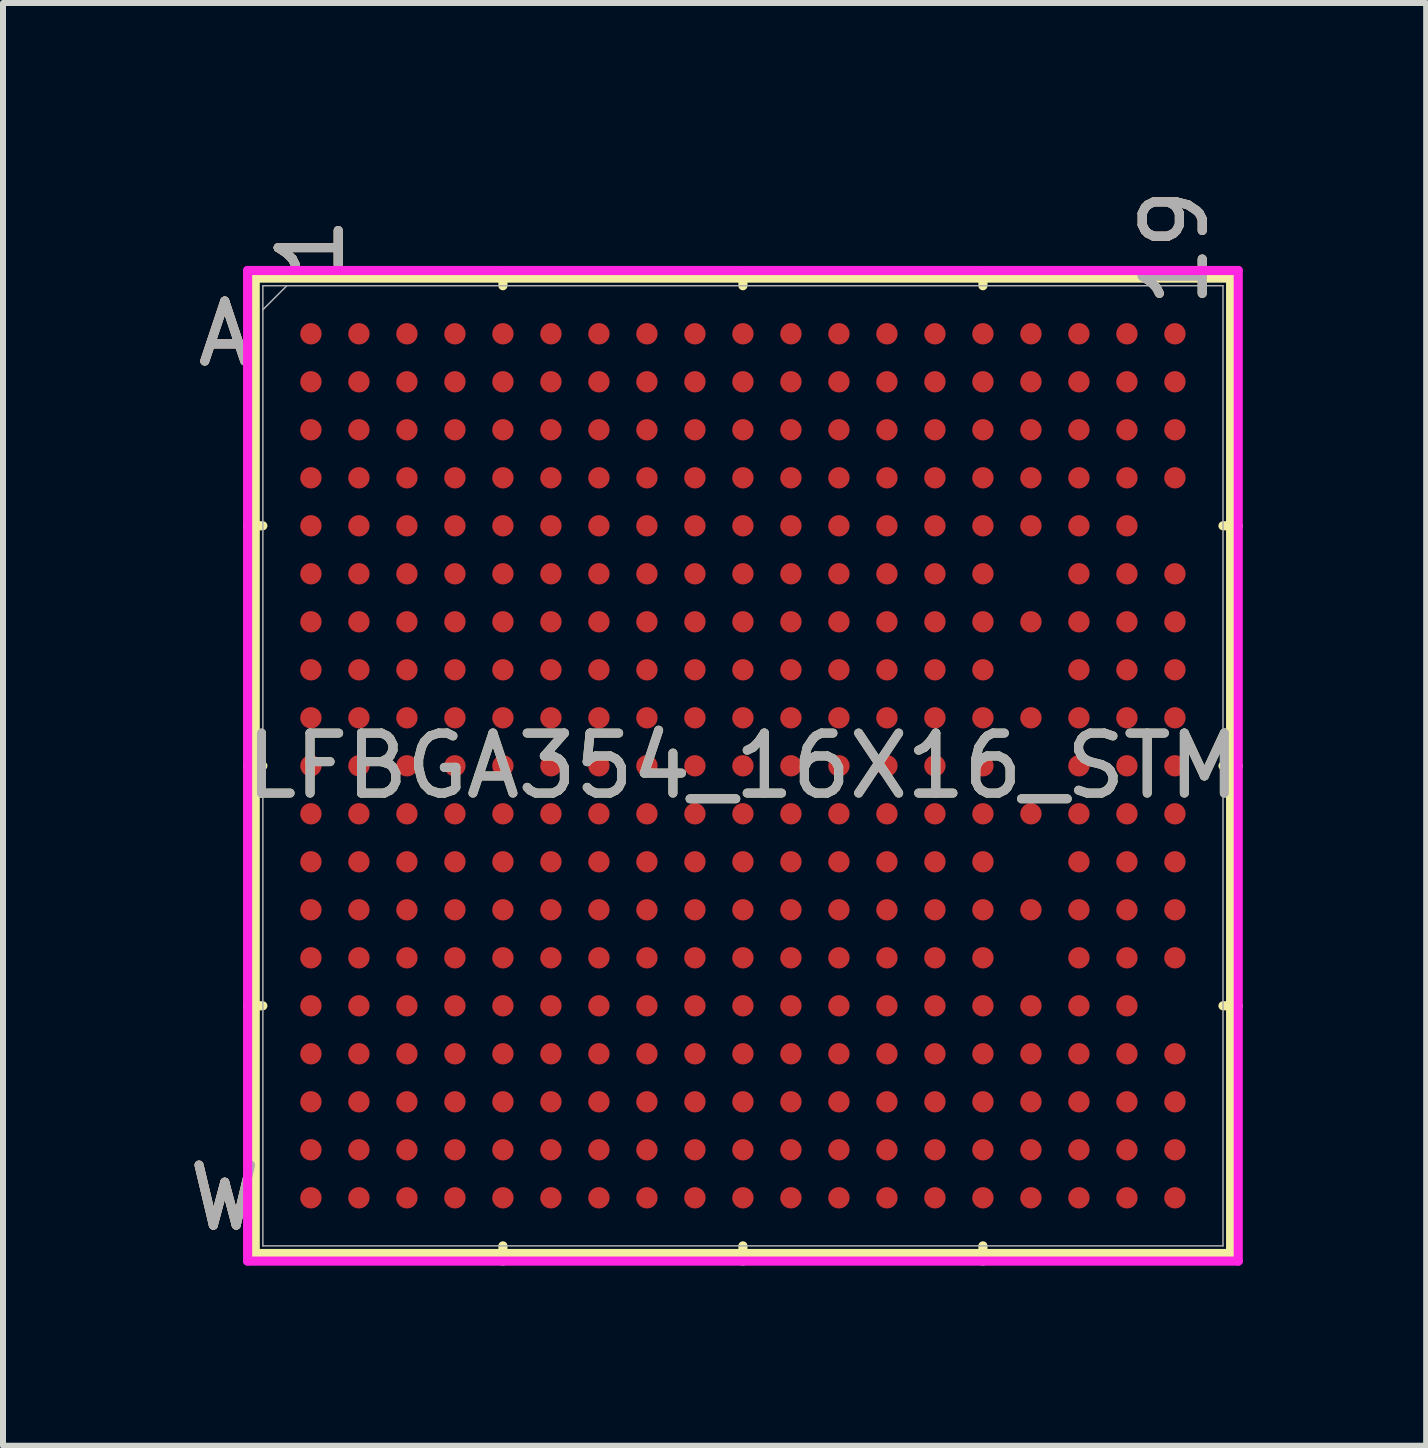
<source format=kicad_pcb>
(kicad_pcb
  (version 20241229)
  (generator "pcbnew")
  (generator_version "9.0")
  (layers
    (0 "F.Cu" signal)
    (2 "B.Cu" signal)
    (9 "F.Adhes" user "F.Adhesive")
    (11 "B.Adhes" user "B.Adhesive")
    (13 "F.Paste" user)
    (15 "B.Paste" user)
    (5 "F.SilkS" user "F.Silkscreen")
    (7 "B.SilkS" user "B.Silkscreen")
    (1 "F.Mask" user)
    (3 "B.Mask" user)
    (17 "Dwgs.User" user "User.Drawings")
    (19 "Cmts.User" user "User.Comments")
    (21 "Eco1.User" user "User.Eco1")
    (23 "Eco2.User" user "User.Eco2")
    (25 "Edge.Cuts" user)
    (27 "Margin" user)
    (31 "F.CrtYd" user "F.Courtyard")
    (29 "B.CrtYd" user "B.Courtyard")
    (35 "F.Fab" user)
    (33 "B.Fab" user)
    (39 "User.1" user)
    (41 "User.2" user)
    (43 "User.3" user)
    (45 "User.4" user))
  (footprint "LFBGA354_16X16_STM"
    (layer "F.Cu")
    (at 9.332 9.713)
    (property "Reference" "LFBGA354_16X16_STM" (at 0 0 0) (unlocked yes) (layer "F.SilkS") (effects (font (size 1 1) (thickness 0.15))))
    (attr smd)
    (fp_line (start -8.128 -8.128) (end -8.128 8.128) (stroke (width 0.152) (type solid)) (layer "F.SilkS"))
    (fp_line (start -8.128 8.128) (end 8.128 8.128) (stroke (width 0.152) (type solid)) (layer "F.SilkS"))
    (fp_line (start -8.001 -4) (end -8.255 -4) (stroke (width 0.152) (type solid)) (layer "F.SilkS"))
    (fp_line (start -8.001 0) (end -8.255 0) (stroke (width 0.152) (type solid)) (layer "F.SilkS"))
    (fp_line (start -8.001 4) (end -8.255 4) (stroke (width 0.152) (type solid)) (layer "F.SilkS"))
    (fp_line (start -4 -8.001) (end -4 -8.255) (stroke (width 0.152) (type solid)) (layer "F.SilkS"))
    (fp_line (start -4 8.001) (end -4 8.255) (stroke (width 0.152) (type solid)) (layer "F.SilkS"))
    (fp_line (start 0 -8.001) (end 0 -8.255) (stroke (width 0.152) (type solid)) (layer "F.SilkS"))
    (fp_line (start 0 8.001) (end 0 8.255) (stroke (width 0.152) (type solid)) (layer "F.SilkS"))
    (fp_line (start 4 -8.001) (end 4 -8.255) (stroke (width 0.152) (type solid)) (layer "F.SilkS"))
    (fp_line (start 4 8.001) (end 4 8.255) (stroke (width 0.152) (type solid)) (layer "F.SilkS"))
    (fp_line (start 8.001 -4) (end 8.255 -4) (stroke (width 0.152) (type solid)) (layer "F.SilkS"))
    (fp_line (start 8.001 0) (end 8.255 0) (stroke (width 0.152) (type solid)) (layer "F.SilkS"))
    (fp_line (start 8.001 4) (end 8.255 4) (stroke (width 0.152) (type solid)) (layer "F.SilkS"))
    (fp_line (start 8.128 -8.128) (end -8.128 -8.128) (stroke (width 0.152) (type solid)) (layer "F.SilkS"))
    (fp_line (start 8.128 8.128) (end 8.128 -8.128) (stroke (width 0.152) (type solid)) (layer "F.SilkS"))
    (fp_poly (pts (xy -8.044 -8.044) (xy 8.044 -8.044) (xy 8.044 8.044) (xy -8.044 8.044)) (stroke (width 0.1) (type solid)) (fill no) (layer "Eco2.User"))
    (fp_line (start -8.255 -8.255) (end 8.255 -8.255) (stroke (width 0.152) (type solid)) (layer "F.CrtYd"))
    (fp_line (start -8.255 8.255) (end -8.255 -8.255) (stroke (width 0.152) (type solid)) (layer "F.CrtYd"))
    (fp_line (start 8.255 -8.255) (end 8.255 8.255) (stroke (width 0.152) (type solid)) (layer "F.CrtYd"))
    (fp_line (start 8.255 8.255) (end -8.255 8.255) (stroke (width 0.152) (type solid)) (layer "F.CrtYd"))
    (fp_line (start -8.001 -8.001) (end -8.001 8.001) (stroke (width 0.025) (type solid)) (layer "F.Fab"))
    (fp_line (start -8.001 8.001) (end 8.001 8.001) (stroke (width 0.025) (type solid)) (layer "F.Fab"))
    (fp_line (start -7.601 -8.001) (end -8.001 -7.601) (stroke (width 0.025) (type solid)) (layer "F.Fab"))
    (fp_line (start 8.001 -8.001) (end -8.001 -8.001) (stroke (width 0.025) (type solid)) (layer "F.Fab"))
    (fp_line (start 8.001 8.001) (end 8.001 -8.001) (stroke (width 0.025) (type solid)) (layer "F.Fab"))
    (fp_text user "A" (at -8.636 -7.2 0) (unlocked yes) (layer "F.SilkS") (effects (font (size 1 1) (thickness 0.15))))
    (fp_text user "W" (at -8.636 7.2 0) (unlocked yes) (layer "F.SilkS") (effects (font (size 1 1) (thickness 0.15))))
    (fp_text user "1" (at -7.2 -8.636 90) (unlocked yes) (layer "F.SilkS") (effects (font (size 1 1) (thickness 0.15))))
    (fp_text user "19" (at 7.2 -8.636 90) (unlocked yes) (layer "F.SilkS") (effects (font (size 1 1) (thickness 0.15))))
    (fp_text user "A" (at -8.636 -7.2 0) (unlocked yes) (layer "B.SilkS") (effects (font (size 1 1) (thickness 0.15))))
    (fp_text user "1" (at -7.2 -8.636 90) (unlocked yes) (layer "B.SilkS") (effects (font (size 1 1) (thickness 0.15))))
    (fp_text user "19" (at 7.2 -8.636 90) (unlocked yes) (layer "B.SilkS") (effects (font (size 1 1) (thickness 0.15))))
    (fp_text user "W" (at -8.636 7.2 0) (unlocked yes) (layer "B.SilkS") (effects (font (size 1 1) (thickness 0.15))))
    (fp_text user "1" (at -7.2 -8.636 90) (unlocked yes) (layer "F.Fab") (effects (font (size 1 1) (thickness 0.15))))
    (fp_text user "19" (at 7.2 -8.636 90) (unlocked yes) (layer "F.Fab") (effects (font (size 1 1) (thickness 0.15))))
    (fp_text user "W" (at -8.636 7.2 0) (unlocked yes) (layer "F.Fab") (effects (font (size 1 1) (thickness 0.15))))
    (fp_text user "A" (at -8.636 -7.2 0) (unlocked yes) (layer "F.Fab") (effects (font (size 1 1) (thickness 0.15))))
    (fp_text user "${REFERENCE}" (at 0 0 0) (unlocked yes) (layer "F.Fab") (effects (font (size 1 1) (thickness 0.15))))
    (pad "A1" smd circle (at -7.2 -7.2) (size 0.356 0.356) (layers "F.Cu" "F.Mask" "F.Paste"))
    (pad "A2" smd circle (at -6.4 -7.2) (size 0.356 0.356) (layers "F.Cu" "F.Mask" "F.Paste"))
    (pad "A3" smd circle (at -5.6 -7.2) (size 0.356 0.356) (layers "F.Cu" "F.Mask" "F.Paste"))
    (pad "A4" smd circle (at -4.8 -7.2) (size 0.356 0.356) (layers "F.Cu" "F.Mask" "F.Paste"))
    (pad "A5" smd circle (at -4 -7.2) (size 0.356 0.356) (layers "F.Cu" "F.Mask" "F.Paste"))
    (pad "A6" smd circle (at -3.2 -7.2) (size 0.356 0.356) (layers "F.Cu" "F.Mask" "F.Paste"))
    (pad "A7" smd circle (at -2.4 -7.2) (size 0.356 0.356) (layers "F.Cu" "F.Mask" "F.Paste"))
    (pad "A8" smd circle (at -1.6 -7.2) (size 0.356 0.356) (layers "F.Cu" "F.Mask" "F.Paste"))
    (pad "A9" smd circle (at -0.8 -7.2) (size 0.356 0.356) (layers "F.Cu" "F.Mask" "F.Paste"))
    (pad "A10" smd circle (at 0 -7.2) (size 0.356 0.356) (layers "F.Cu" "F.Mask" "F.Paste"))
    (pad "A11" smd circle (at 0.8 -7.2) (size 0.356 0.356) (layers "F.Cu" "F.Mask" "F.Paste"))
    (pad "A12" smd circle (at 1.6 -7.2) (size 0.356 0.356) (layers "F.Cu" "F.Mask" "F.Paste"))
    (pad "A13" smd circle (at 2.4 -7.2) (size 0.356 0.356) (layers "F.Cu" "F.Mask" "F.Paste"))
    (pad "A14" smd circle (at 3.2 -7.2) (size 0.356 0.356) (layers "F.Cu" "F.Mask" "F.Paste"))
    (pad "A15" smd circle (at 4 -7.2) (size 0.356 0.356) (layers "F.Cu" "F.Mask" "F.Paste"))
    (pad "A16" smd circle (at 4.8 -7.2) (size 0.356 0.356) (layers "F.Cu" "F.Mask" "F.Paste"))
    (pad "A17" smd circle (at 5.6 -7.2) (size 0.356 0.356) (layers "F.Cu" "F.Mask" "F.Paste"))
    (pad "A18" smd circle (at 6.4 -7.2) (size 0.356 0.356) (layers "F.Cu" "F.Mask" "F.Paste"))
    (pad "A19" smd circle (at 7.2 -7.2) (size 0.356 0.356) (layers "F.Cu" "F.Mask" "F.Paste"))
    (pad "B1" smd circle (at -7.2 -6.4) (size 0.356 0.356) (layers "F.Cu" "F.Mask" "F.Paste"))
    (pad "B2" smd circle (at -6.4 -6.4) (size 0.356 0.356) (layers "F.Cu" "F.Mask" "F.Paste"))
    (pad "B3" smd circle (at -5.6 -6.4) (size 0.356 0.356) (layers "F.Cu" "F.Mask" "F.Paste"))
    (pad "B4" smd circle (at -4.8 -6.4) (size 0.356 0.356) (layers "F.Cu" "F.Mask" "F.Paste"))
    (pad "B5" smd circle (at -4 -6.4) (size 0.356 0.356) (layers "F.Cu" "F.Mask" "F.Paste"))
    (pad "B6" smd circle (at -3.2 -6.4) (size 0.356 0.356) (layers "F.Cu" "F.Mask" "F.Paste"))
    (pad "B7" smd circle (at -2.4 -6.4) (size 0.356 0.356) (layers "F.Cu" "F.Mask" "F.Paste"))
    (pad "B8" smd circle (at -1.6 -6.4) (size 0.356 0.356) (layers "F.Cu" "F.Mask" "F.Paste"))
    (pad "B9" smd circle (at -0.8 -6.4) (size 0.356 0.356) (layers "F.Cu" "F.Mask" "F.Paste"))
    (pad "B10" smd circle (at 0 -6.4) (size 0.356 0.356) (layers "F.Cu" "F.Mask" "F.Paste"))
    (pad "B11" smd circle (at 0.8 -6.4) (size 0.356 0.356) (layers "F.Cu" "F.Mask" "F.Paste"))
    (pad "B12" smd circle (at 1.6 -6.4) (size 0.356 0.356) (layers "F.Cu" "F.Mask" "F.Paste"))
    (pad "B13" smd circle (at 2.4 -6.4) (size 0.356 0.356) (layers "F.Cu" "F.Mask" "F.Paste"))
    (pad "B14" smd circle (at 3.2 -6.4) (size 0.356 0.356) (layers "F.Cu" "F.Mask" "F.Paste"))
    (pad "B15" smd circle (at 4 -6.4) (size 0.356 0.356) (layers "F.Cu" "F.Mask" "F.Paste"))
    (pad "B16" smd circle (at 4.8 -6.4) (size 0.356 0.356) (layers "F.Cu" "F.Mask" "F.Paste"))
    (pad "B17" smd circle (at 5.6 -6.4) (size 0.356 0.356) (layers "F.Cu" "F.Mask" "F.Paste"))
    (pad "B18" smd circle (at 6.4 -6.4) (size 0.356 0.356) (layers "F.Cu" "F.Mask" "F.Paste"))
    (pad "B19" smd circle (at 7.2 -6.4) (size 0.356 0.356) (layers "F.Cu" "F.Mask" "F.Paste"))
    (pad "C1" smd circle (at -7.2 -5.6) (size 0.356 0.356) (layers "F.Cu" "F.Mask" "F.Paste"))
    (pad "C2" smd circle (at -6.4 -5.6) (size 0.356 0.356) (layers "F.Cu" "F.Mask" "F.Paste"))
    (pad "C3" smd circle (at -5.6 -5.6) (size 0.356 0.356) (layers "F.Cu" "F.Mask" "F.Paste"))
    (pad "C4" smd circle (at -4.8 -5.6) (size 0.356 0.356) (layers "F.Cu" "F.Mask" "F.Paste"))
    (pad "C5" smd circle (at -4 -5.6) (size 0.356 0.356) (layers "F.Cu" "F.Mask" "F.Paste"))
    (pad "C6" smd circle (at -3.2 -5.6) (size 0.356 0.356) (layers "F.Cu" "F.Mask" "F.Paste"))
    (pad "C7" smd circle (at -2.4 -5.6) (size 0.356 0.356) (layers "F.Cu" "F.Mask" "F.Paste"))
    (pad "C8" smd circle (at -1.6 -5.6) (size 0.356 0.356) (layers "F.Cu" "F.Mask" "F.Paste"))
    (pad "C9" smd circle (at -0.8 -5.6) (size 0.356 0.356) (layers "F.Cu" "F.Mask" "F.Paste"))
    (pad "C10" smd circle (at 0 -5.6) (size 0.356 0.356) (layers "F.Cu" "F.Mask" "F.Paste"))
    (pad "C11" smd circle (at 0.8 -5.6) (size 0.356 0.356) (layers "F.Cu" "F.Mask" "F.Paste"))
    (pad "C12" smd circle (at 1.6 -5.6) (size 0.356 0.356) (layers "F.Cu" "F.Mask" "F.Paste"))
    (pad "C13" smd circle (at 2.4 -5.6) (size 0.356 0.356) (layers "F.Cu" "F.Mask" "F.Paste"))
    (pad "C14" smd circle (at 3.2 -5.6) (size 0.356 0.356) (layers "F.Cu" "F.Mask" "F.Paste"))
    (pad "C15" smd circle (at 4 -5.6) (size 0.356 0.356) (layers "F.Cu" "F.Mask" "F.Paste"))
    (pad "C16" smd circle (at 4.8 -5.6) (size 0.356 0.356) (layers "F.Cu" "F.Mask" "F.Paste"))
    (pad "C17" smd circle (at 5.6 -5.6) (size 0.356 0.356) (layers "F.Cu" "F.Mask" "F.Paste"))
    (pad "C18" smd circle (at 6.4 -5.6) (size 0.356 0.356) (layers "F.Cu" "F.Mask" "F.Paste"))
    (pad "C19" smd circle (at 7.2 -5.6) (size 0.356 0.356) (layers "F.Cu" "F.Mask" "F.Paste"))
    (pad "D1" smd circle (at -7.2 -4.8) (size 0.356 0.356) (layers "F.Cu" "F.Mask" "F.Paste"))
    (pad "D2" smd circle (at -6.4 -4.8) (size 0.356 0.356) (layers "F.Cu" "F.Mask" "F.Paste"))
    (pad "D3" smd circle (at -5.6 -4.8) (size 0.356 0.356) (layers "F.Cu" "F.Mask" "F.Paste"))
    (pad "D4" smd circle (at -4.8 -4.8) (size 0.356 0.356) (layers "F.Cu" "F.Mask" "F.Paste"))
    (pad "D5" smd circle (at -4 -4.8) (size 0.356 0.356) (layers "F.Cu" "F.Mask" "F.Paste"))
    (pad "D6" smd circle (at -3.2 -4.8) (size 0.356 0.356) (layers "F.Cu" "F.Mask" "F.Paste"))
    (pad "D7" smd circle (at -2.4 -4.8) (size 0.356 0.356) (layers "F.Cu" "F.Mask" "F.Paste"))
    (pad "D8" smd circle (at -1.6 -4.8) (size 0.356 0.356) (layers "F.Cu" "F.Mask" "F.Paste"))
    (pad "D9" smd circle (at -0.8 -4.8) (size 0.356 0.356) (layers "F.Cu" "F.Mask" "F.Paste"))
    (pad "D10" smd circle (at 0 -4.8) (size 0.356 0.356) (layers "F.Cu" "F.Mask" "F.Paste"))
    (pad "D11" smd circle (at 0.8 -4.8) (size 0.356 0.356) (layers "F.Cu" "F.Mask" "F.Paste"))
    (pad "D12" smd circle (at 1.6 -4.8) (size 0.356 0.356) (layers "F.Cu" "F.Mask" "F.Paste"))
    (pad "D13" smd circle (at 2.4 -4.8) (size 0.356 0.356) (layers "F.Cu" "F.Mask" "F.Paste"))
    (pad "D14" smd circle (at 3.2 -4.8) (size 0.356 0.356) (layers "F.Cu" "F.Mask" "F.Paste"))
    (pad "D15" smd circle (at 4 -4.8) (size 0.356 0.356) (layers "F.Cu" "F.Mask" "F.Paste"))
    (pad "D16" smd circle (at 4.8 -4.8) (size 0.356 0.356) (layers "F.Cu" "F.Mask" "F.Paste"))
    (pad "D17" smd circle (at 5.6 -4.8) (size 0.356 0.356) (layers "F.Cu" "F.Mask" "F.Paste"))
    (pad "D18" smd circle (at 6.4 -4.8) (size 0.356 0.356) (layers "F.Cu" "F.Mask" "F.Paste"))
    (pad "D19" smd circle (at 7.2 -4.8) (size 0.356 0.356) (layers "F.Cu" "F.Mask" "F.Paste"))
    (pad "E1" smd circle (at -7.2 -4) (size 0.356 0.356) (layers "F.Cu" "F.Mask" "F.Paste"))
    (pad "E2" smd circle (at -6.4 -4) (size 0.356 0.356) (layers "F.Cu" "F.Mask" "F.Paste"))
    (pad "E3" smd circle (at -5.6 -4) (size 0.356 0.356) (layers "F.Cu" "F.Mask" "F.Paste"))
    (pad "E4" smd circle (at -4.8 -4) (size 0.356 0.356) (layers "F.Cu" "F.Mask" "F.Paste"))
    (pad "E5" smd circle (at -4 -4) (size 0.356 0.356) (layers "F.Cu" "F.Mask" "F.Paste"))
    (pad "E6" smd circle (at -3.2 -4) (size 0.356 0.356) (layers "F.Cu" "F.Mask" "F.Paste"))
    (pad "E7" smd circle (at -2.4 -4) (size 0.356 0.356) (layers "F.Cu" "F.Mask" "F.Paste"))
    (pad "E8" smd circle (at -1.6 -4) (size 0.356 0.356) (layers "F.Cu" "F.Mask" "F.Paste"))
    (pad "E9" smd circle (at -0.8 -4) (size 0.356 0.356) (layers "F.Cu" "F.Mask" "F.Paste"))
    (pad "E10" smd circle (at 0 -4) (size 0.356 0.356) (layers "F.Cu" "F.Mask" "F.Paste"))
    (pad "E11" smd circle (at 0.8 -4) (size 0.356 0.356) (layers "F.Cu" "F.Mask" "F.Paste"))
    (pad "E12" smd circle (at 1.6 -4) (size 0.356 0.356) (layers "F.Cu" "F.Mask" "F.Paste"))
    (pad "E13" smd circle (at 2.4 -4) (size 0.356 0.356) (layers "F.Cu" "F.Mask" "F.Paste"))
    (pad "E14" smd circle (at 3.2 -4) (size 0.356 0.356) (layers "F.Cu" "F.Mask" "F.Paste"))
    (pad "E15" smd circle (at 4 -4) (size 0.356 0.356) (layers "F.Cu" "F.Mask" "F.Paste"))
    (pad "E16" smd circle (at 4.8 -4) (size 0.356 0.356) (layers "F.Cu" "F.Mask" "F.Paste"))
    (pad "E17" smd circle (at 5.6 -4) (size 0.356 0.356) (layers "F.Cu" "F.Mask" "F.Paste"))
    (pad "E18" smd circle (at 6.4 -4) (size 0.356 0.356) (layers "F.Cu" "F.Mask" "F.Paste"))
    (pad "F1" smd circle (at -7.2 -3.2) (size 0.356 0.356) (layers "F.Cu" "F.Mask" "F.Paste"))
    (pad "F2" smd circle (at -6.4 -3.2) (size 0.356 0.356) (layers "F.Cu" "F.Mask" "F.Paste"))
    (pad "F3" smd circle (at -5.6 -3.2) (size 0.356 0.356) (layers "F.Cu" "F.Mask" "F.Paste"))
    (pad "F4" smd circle (at -4.8 -3.2) (size 0.356 0.356) (layers "F.Cu" "F.Mask" "F.Paste"))
    (pad "F5" smd circle (at -4 -3.2) (size 0.356 0.356) (layers "F.Cu" "F.Mask" "F.Paste"))
    (pad "F6" smd circle (at -3.2 -3.2) (size 0.356 0.356) (layers "F.Cu" "F.Mask" "F.Paste"))
    (pad "F7" smd circle (at -2.4 -3.2) (size 0.356 0.356) (layers "F.Cu" "F.Mask" "F.Paste"))
    (pad "F8" smd circle (at -1.6 -3.2) (size 0.356 0.356) (layers "F.Cu" "F.Mask" "F.Paste"))
    (pad "F9" smd circle (at -0.8 -3.2) (size 0.356 0.356) (layers "F.Cu" "F.Mask" "F.Paste"))
    (pad "F10" smd circle (at 0 -3.2) (size 0.356 0.356) (layers "F.Cu" "F.Mask" "F.Paste"))
    (pad "F11" smd circle (at 0.8 -3.2) (size 0.356 0.356) (layers "F.Cu" "F.Mask" "F.Paste"))
    (pad "F12" smd circle (at 1.6 -3.2) (size 0.356 0.356) (layers "F.Cu" "F.Mask" "F.Paste"))
    (pad "F13" smd circle (at 2.4 -3.2) (size 0.356 0.356) (layers "F.Cu" "F.Mask" "F.Paste"))
    (pad "F14" smd circle (at 3.2 -3.2) (size 0.356 0.356) (layers "F.Cu" "F.Mask" "F.Paste"))
    (pad "F15" smd circle (at 4 -3.2) (size 0.356 0.356) (layers "F.Cu" "F.Mask" "F.Paste"))
    (pad "F17" smd circle (at 5.6 -3.2) (size 0.356 0.356) (layers "F.Cu" "F.Mask" "F.Paste"))
    (pad "F18" smd circle (at 6.4 -3.2) (size 0.356 0.356) (layers "F.Cu" "F.Mask" "F.Paste"))
    (pad "F19" smd circle (at 7.2 -3.2) (size 0.356 0.356) (layers "F.Cu" "F.Mask" "F.Paste"))
    (pad "G1" smd circle (at -7.2 -2.4) (size 0.356 0.356) (layers "F.Cu" "F.Mask" "F.Paste"))
    (pad "G2" smd circle (at -6.4 -2.4) (size 0.356 0.356) (layers "F.Cu" "F.Mask" "F.Paste"))
    (pad "G3" smd circle (at -5.6 -2.4) (size 0.356 0.356) (layers "F.Cu" "F.Mask" "F.Paste"))
    (pad "G4" smd circle (at -4.8 -2.4) (size 0.356 0.356) (layers "F.Cu" "F.Mask" "F.Paste"))
    (pad "G5" smd circle (at -4 -2.4) (size 0.356 0.356) (layers "F.Cu" "F.Mask" "F.Paste"))
    (pad "G6" smd circle (at -3.2 -2.4) (size 0.356 0.356) (layers "F.Cu" "F.Mask" "F.Paste"))
    (pad "G7" smd circle (at -2.4 -2.4) (size 0.356 0.356) (layers "F.Cu" "F.Mask" "F.Paste"))
    (pad "G8" smd circle (at -1.6 -2.4) (size 0.356 0.356) (layers "F.Cu" "F.Mask" "F.Paste"))
    (pad "G9" smd circle (at -0.8 -2.4) (size 0.356 0.356) (layers "F.Cu" "F.Mask" "F.Paste"))
    (pad "G10" smd circle (at 0 -2.4) (size 0.356 0.356) (layers "F.Cu" "F.Mask" "F.Paste"))
    (pad "G11" smd circle (at 0.8 -2.4) (size 0.356 0.356) (layers "F.Cu" "F.Mask" "F.Paste"))
    (pad "G12" smd circle (at 1.6 -2.4) (size 0.356 0.356) (layers "F.Cu" "F.Mask" "F.Paste"))
    (pad "G13" smd circle (at 2.4 -2.4) (size 0.356 0.356) (layers "F.Cu" "F.Mask" "F.Paste"))
    (pad "G14" smd circle (at 3.2 -2.4) (size 0.356 0.356) (layers "F.Cu" "F.Mask" "F.Paste"))
    (pad "G15" smd circle (at 4 -2.4) (size 0.356 0.356) (layers "F.Cu" "F.Mask" "F.Paste"))
    (pad "G16" smd circle (at 4.8 -2.4) (size 0.356 0.356) (layers "F.Cu" "F.Mask" "F.Paste"))
    (pad "G17" smd circle (at 5.6 -2.4) (size 0.356 0.356) (layers "F.Cu" "F.Mask" "F.Paste"))
    (pad "G18" smd circle (at 6.4 -2.4) (size 0.356 0.356) (layers "F.Cu" "F.Mask" "F.Paste"))
    (pad "G19" smd circle (at 7.2 -2.4) (size 0.356 0.356) (layers "F.Cu" "F.Mask" "F.Paste"))
    (pad "H1" smd circle (at -7.2 -1.6) (size 0.356 0.356) (layers "F.Cu" "F.Mask" "F.Paste"))
    (pad "H2" smd circle (at -6.4 -1.6) (size 0.356 0.356) (layers "F.Cu" "F.Mask" "F.Paste"))
    (pad "H3" smd circle (at -5.6 -1.6) (size 0.356 0.356) (layers "F.Cu" "F.Mask" "F.Paste"))
    (pad "H4" smd circle (at -4.8 -1.6) (size 0.356 0.356) (layers "F.Cu" "F.Mask" "F.Paste"))
    (pad "H5" smd circle (at -4 -1.6) (size 0.356 0.356) (layers "F.Cu" "F.Mask" "F.Paste"))
    (pad "H6" smd circle (at -3.2 -1.6) (size 0.356 0.356) (layers "F.Cu" "F.Mask" "F.Paste"))
    (pad "H7" smd circle (at -2.4 -1.6) (size 0.356 0.356) (layers "F.Cu" "F.Mask" "F.Paste"))
    (pad "H8" smd circle (at -1.6 -1.6) (size 0.356 0.356) (layers "F.Cu" "F.Mask" "F.Paste"))
    (pad "H9" smd circle (at -0.8 -1.6) (size 0.356 0.356) (layers "F.Cu" "F.Mask" "F.Paste"))
    (pad "H10" smd circle (at 0 -1.6) (size 0.356 0.356) (layers "F.Cu" "F.Mask" "F.Paste"))
    (pad "H11" smd circle (at 0.8 -1.6) (size 0.356 0.356) (layers "F.Cu" "F.Mask" "F.Paste"))
    (pad "H12" smd circle (at 1.6 -1.6) (size 0.356 0.356) (layers "F.Cu" "F.Mask" "F.Paste"))
    (pad "H13" smd circle (at 2.4 -1.6) (size 0.356 0.356) (layers "F.Cu" "F.Mask" "F.Paste"))
    (pad "H14" smd circle (at 3.2 -1.6) (size 0.356 0.356) (layers "F.Cu" "F.Mask" "F.Paste"))
    (pad "H15" smd circle (at 4 -1.6) (size 0.356 0.356) (layers "F.Cu" "F.Mask" "F.Paste"))
    (pad "H17" smd circle (at 5.6 -1.6) (size 0.356 0.356) (layers "F.Cu" "F.Mask" "F.Paste"))
    (pad "H18" smd circle (at 6.4 -1.6) (size 0.356 0.356) (layers "F.Cu" "F.Mask" "F.Paste"))
    (pad "H19" smd circle (at 7.2 -1.6) (size 0.356 0.356) (layers "F.Cu" "F.Mask" "F.Paste"))
    (pad "J1" smd circle (at -7.2 -0.8) (size 0.356 0.356) (layers "F.Cu" "F.Mask" "F.Paste"))
    (pad "J2" smd circle (at -6.4 -0.8) (size 0.356 0.356) (layers "F.Cu" "F.Mask" "F.Paste"))
    (pad "J3" smd circle (at -5.6 -0.8) (size 0.356 0.356) (layers "F.Cu" "F.Mask" "F.Paste"))
    (pad "J4" smd circle (at -4.8 -0.8) (size 0.356 0.356) (layers "F.Cu" "F.Mask" "F.Paste"))
    (pad "J5" smd circle (at -4 -0.8) (size 0.356 0.356) (layers "F.Cu" "F.Mask" "F.Paste"))
    (pad "J6" smd circle (at -3.2 -0.8) (size 0.356 0.356) (layers "F.Cu" "F.Mask" "F.Paste"))
    (pad "J7" smd circle (at -2.4 -0.8) (size 0.356 0.356) (layers "F.Cu" "F.Mask" "F.Paste"))
    (pad "J8" smd circle (at -1.6 -0.8) (size 0.356 0.356) (layers "F.Cu" "F.Mask" "F.Paste"))
    (pad "J9" smd circle (at -0.8 -0.8) (size 0.356 0.356) (layers "F.Cu" "F.Mask" "F.Paste"))
    (pad "J10" smd circle (at 0 -0.8) (size 0.356 0.356) (layers "F.Cu" "F.Mask" "F.Paste"))
    (pad "J11" smd circle (at 0.8 -0.8) (size 0.356 0.356) (layers "F.Cu" "F.Mask" "F.Paste"))
    (pad "J12" smd circle (at 1.6 -0.8) (size 0.356 0.356) (layers "F.Cu" "F.Mask" "F.Paste"))
    (pad "J13" smd circle (at 2.4 -0.8) (size 0.356 0.356) (layers "F.Cu" "F.Mask" "F.Paste"))
    (pad "J14" smd circle (at 3.2 -0.8) (size 0.356 0.356) (layers "F.Cu" "F.Mask" "F.Paste"))
    (pad "J15" smd circle (at 4 -0.8) (size 0.356 0.356) (layers "F.Cu" "F.Mask" "F.Paste"))
    (pad "J16" smd circle (at 4.8 -0.8) (size 0.356 0.356) (layers "F.Cu" "F.Mask" "F.Paste"))
    (pad "J17" smd circle (at 5.6 -0.8) (size 0.356 0.356) (layers "F.Cu" "F.Mask" "F.Paste"))
    (pad "J18" smd circle (at 6.4 -0.8) (size 0.356 0.356) (layers "F.Cu" "F.Mask" "F.Paste"))
    (pad "J19" smd circle (at 7.2 -0.8) (size 0.356 0.356) (layers "F.Cu" "F.Mask" "F.Paste"))
    (pad "K1" smd circle (at -7.2 0) (size 0.356 0.356) (layers "F.Cu" "F.Mask" "F.Paste"))
    (pad "K2" smd circle (at -6.4 0) (size 0.356 0.356) (layers "F.Cu" "F.Mask" "F.Paste"))
    (pad "K3" smd circle (at -5.6 0) (size 0.356 0.356) (layers "F.Cu" "F.Mask" "F.Paste"))
    (pad "K4" smd circle (at -4.8 0) (size 0.356 0.356) (layers "F.Cu" "F.Mask" "F.Paste"))
    (pad "K5" smd circle (at -4 0) (size 0.356 0.356) (layers "F.Cu" "F.Mask" "F.Paste"))
    (pad "K6" smd circle (at -3.2 0) (size 0.356 0.356) (layers "F.Cu" "F.Mask" "F.Paste"))
    (pad "K7" smd circle (at -2.4 0) (size 0.356 0.356) (layers "F.Cu" "F.Mask" "F.Paste"))
    (pad "K8" smd circle (at -1.6 0) (size 0.356 0.356) (layers "F.Cu" "F.Mask" "F.Paste"))
    (pad "K9" smd circle (at -0.8 0) (size 0.356 0.356) (layers "F.Cu" "F.Mask" "F.Paste"))
    (pad "K10" smd circle (at 0 0) (size 0.356 0.356) (layers "F.Cu" "F.Mask" "F.Paste"))
    (pad "K11" smd circle (at 0.8 0) (size 0.356 0.356) (layers "F.Cu" "F.Mask" "F.Paste"))
    (pad "K12" smd circle (at 1.6 0) (size 0.356 0.356) (layers "F.Cu" "F.Mask" "F.Paste"))
    (pad "K13" smd circle (at 2.4 0) (size 0.356 0.356) (layers "F.Cu" "F.Mask" "F.Paste"))
    (pad "K14" smd circle (at 3.2 0) (size 0.356 0.356) (layers "F.Cu" "F.Mask" "F.Paste"))
    (pad "K15" smd circle (at 4 0) (size 0.356 0.356) (layers "F.Cu" "F.Mask" "F.Paste"))
    (pad "K17" smd circle (at 5.6 0) (size 0.356 0.356) (layers "F.Cu" "F.Mask" "F.Paste"))
    (pad "K18" smd circle (at 6.4 0) (size 0.356 0.356) (layers "F.Cu" "F.Mask" "F.Paste"))
    (pad "K19" smd circle (at 7.2 0) (size 0.356 0.356) (layers "F.Cu" "F.Mask" "F.Paste"))
    (pad "L1" smd circle (at -7.2 0.8) (size 0.356 0.356) (layers "F.Cu" "F.Mask" "F.Paste"))
    (pad "L2" smd circle (at -6.4 0.8) (size 0.356 0.356) (layers "F.Cu" "F.Mask" "F.Paste"))
    (pad "L3" smd circle (at -5.6 0.8) (size 0.356 0.356) (layers "F.Cu" "F.Mask" "F.Paste"))
    (pad "L4" smd circle (at -4.8 0.8) (size 0.356 0.356) (layers "F.Cu" "F.Mask" "F.Paste"))
    (pad "L5" smd circle (at -4 0.8) (size 0.356 0.356) (layers "F.Cu" "F.Mask" "F.Paste"))
    (pad "L6" smd circle (at -3.2 0.8) (size 0.356 0.356) (layers "F.Cu" "F.Mask" "F.Paste"))
    (pad "L7" smd circle (at -2.4 0.8) (size 0.356 0.356) (layers "F.Cu" "F.Mask" "F.Paste"))
    (pad "L8" smd circle (at -1.6 0.8) (size 0.356 0.356) (layers "F.Cu" "F.Mask" "F.Paste"))
    (pad "L9" smd circle (at -0.8 0.8) (size 0.356 0.356) (layers "F.Cu" "F.Mask" "F.Paste"))
    (pad "L10" smd circle (at 0 0.8) (size 0.356 0.356) (layers "F.Cu" "F.Mask" "F.Paste"))
    (pad "L11" smd circle (at 0.8 0.8) (size 0.356 0.356) (layers "F.Cu" "F.Mask" "F.Paste"))
    (pad "L12" smd circle (at 1.6 0.8) (size 0.356 0.356) (layers "F.Cu" "F.Mask" "F.Paste"))
    (pad "L13" smd circle (at 2.4 0.8) (size 0.356 0.356) (layers "F.Cu" "F.Mask" "F.Paste"))
    (pad "L14" smd circle (at 3.2 0.8) (size 0.356 0.356) (layers "F.Cu" "F.Mask" "F.Paste"))
    (pad "L15" smd circle (at 4 0.8) (size 0.356 0.356) (layers "F.Cu" "F.Mask" "F.Paste"))
    (pad "L16" smd circle (at 4.8 0.8) (size 0.356 0.356) (layers "F.Cu" "F.Mask" "F.Paste"))
    (pad "L17" smd circle (at 5.6 0.8) (size 0.356 0.356) (layers "F.Cu" "F.Mask" "F.Paste"))
    (pad "L18" smd circle (at 6.4 0.8) (size 0.356 0.356) (layers "F.Cu" "F.Mask" "F.Paste"))
    (pad "L19" smd circle (at 7.2 0.8) (size 0.356 0.356) (layers "F.Cu" "F.Mask" "F.Paste"))
    (pad "M1" smd circle (at -7.2 1.6) (size 0.356 0.356) (layers "F.Cu" "F.Mask" "F.Paste"))
    (pad "M2" smd circle (at -6.4 1.6) (size 0.356 0.356) (layers "F.Cu" "F.Mask" "F.Paste"))
    (pad "M3" smd circle (at -5.6 1.6) (size 0.356 0.356) (layers "F.Cu" "F.Mask" "F.Paste"))
    (pad "M4" smd circle (at -4.8 1.6) (size 0.356 0.356) (layers "F.Cu" "F.Mask" "F.Paste"))
    (pad "M5" smd circle (at -4 1.6) (size 0.356 0.356) (layers "F.Cu" "F.Mask" "F.Paste"))
    (pad "M6" smd circle (at -3.2 1.6) (size 0.356 0.356) (layers "F.Cu" "F.Mask" "F.Paste"))
    (pad "M7" smd circle (at -2.4 1.6) (size 0.356 0.356) (layers "F.Cu" "F.Mask" "F.Paste"))
    (pad "M8" smd circle (at -1.6 1.6) (size 0.356 0.356) (layers "F.Cu" "F.Mask" "F.Paste"))
    (pad "M9" smd circle (at -0.8 1.6) (size 0.356 0.356) (layers "F.Cu" "F.Mask" "F.Paste"))
    (pad "M10" smd circle (at 0 1.6) (size 0.356 0.356) (layers "F.Cu" "F.Mask" "F.Paste"))
    (pad "M11" smd circle (at 0.8 1.6) (size 0.356 0.356) (layers "F.Cu" "F.Mask" "F.Paste"))
    (pad "M12" smd circle (at 1.6 1.6) (size 0.356 0.356) (layers "F.Cu" "F.Mask" "F.Paste"))
    (pad "M13" smd circle (at 2.4 1.6) (size 0.356 0.356) (layers "F.Cu" "F.Mask" "F.Paste"))
    (pad "M14" smd circle (at 3.2 1.6) (size 0.356 0.356) (layers "F.Cu" "F.Mask" "F.Paste"))
    (pad "M15" smd circle (at 4 1.6) (size 0.356 0.356) (layers "F.Cu" "F.Mask" "F.Paste"))
    (pad "M17" smd circle (at 5.6 1.6) (size 0.356 0.356) (layers "F.Cu" "F.Mask" "F.Paste"))
    (pad "M18" smd circle (at 6.4 1.6) (size 0.356 0.356) (layers "F.Cu" "F.Mask" "F.Paste"))
    (pad "M19" smd circle (at 7.2 1.6) (size 0.356 0.356) (layers "F.Cu" "F.Mask" "F.Paste"))
    (pad "N1" smd circle (at -7.2 2.4) (size 0.356 0.356) (layers "F.Cu" "F.Mask" "F.Paste"))
    (pad "N2" smd circle (at -6.4 2.4) (size 0.356 0.356) (layers "F.Cu" "F.Mask" "F.Paste"))
    (pad "N3" smd circle (at -5.6 2.4) (size 0.356 0.356) (layers "F.Cu" "F.Mask" "F.Paste"))
    (pad "N4" smd circle (at -4.8 2.4) (size 0.356 0.356) (layers "F.Cu" "F.Mask" "F.Paste"))
    (pad "N5" smd circle (at -4 2.4) (size 0.356 0.356) (layers "F.Cu" "F.Mask" "F.Paste"))
    (pad "N6" smd circle (at -3.2 2.4) (size 0.356 0.356) (layers "F.Cu" "F.Mask" "F.Paste"))
    (pad "N7" smd circle (at -2.4 2.4) (size 0.356 0.356) (layers "F.Cu" "F.Mask" "F.Paste"))
    (pad "N8" smd circle (at -1.6 2.4) (size 0.356 0.356) (layers "F.Cu" "F.Mask" "F.Paste"))
    (pad "N9" smd circle (at -0.8 2.4) (size 0.356 0.356) (layers "F.Cu" "F.Mask" "F.Paste"))
    (pad "N10" smd circle (at 0 2.4) (size 0.356 0.356) (layers "F.Cu" "F.Mask" "F.Paste"))
    (pad "N11" smd circle (at 0.8 2.4) (size 0.356 0.356) (layers "F.Cu" "F.Mask" "F.Paste"))
    (pad "N12" smd circle (at 1.6 2.4) (size 0.356 0.356) (layers "F.Cu" "F.Mask" "F.Paste"))
    (pad "N13" smd circle (at 2.4 2.4) (size 0.356 0.356) (layers "F.Cu" "F.Mask" "F.Paste"))
    (pad "N14" smd circle (at 3.2 2.4) (size 0.356 0.356) (layers "F.Cu" "F.Mask" "F.Paste"))
    (pad "N15" smd circle (at 4 2.4) (size 0.356 0.356) (layers "F.Cu" "F.Mask" "F.Paste"))
    (pad "N16" smd circle (at 4.8 2.4) (size 0.356 0.356) (layers "F.Cu" "F.Mask" "F.Paste"))
    (pad "N17" smd circle (at 5.6 2.4) (size 0.356 0.356) (layers "F.Cu" "F.Mask" "F.Paste"))
    (pad "N18" smd circle (at 6.4 2.4) (size 0.356 0.356) (layers "F.Cu" "F.Mask" "F.Paste"))
    (pad "N19" smd circle (at 7.2 2.4) (size 0.356 0.356) (layers "F.Cu" "F.Mask" "F.Paste"))
    (pad "P1" smd circle (at -7.2 3.2) (size 0.356 0.356) (layers "F.Cu" "F.Mask" "F.Paste"))
    (pad "P2" smd circle (at -6.4 3.2) (size 0.356 0.356) (layers "F.Cu" "F.Mask" "F.Paste"))
    (pad "P3" smd circle (at -5.6 3.2) (size 0.356 0.356) (layers "F.Cu" "F.Mask" "F.Paste"))
    (pad "P4" smd circle (at -4.8 3.2) (size 0.356 0.356) (layers "F.Cu" "F.Mask" "F.Paste"))
    (pad "P5" smd circle (at -4 3.2) (size 0.356 0.356) (layers "F.Cu" "F.Mask" "F.Paste"))
    (pad "P6" smd circle (at -3.2 3.2) (size 0.356 0.356) (layers "F.Cu" "F.Mask" "F.Paste"))
    (pad "P7" smd circle (at -2.4 3.2) (size 0.356 0.356) (layers "F.Cu" "F.Mask" "F.Paste"))
    (pad "P8" smd circle (at -1.6 3.2) (size 0.356 0.356) (layers "F.Cu" "F.Mask" "F.Paste"))
    (pad "P9" smd circle (at -0.8 3.2) (size 0.356 0.356) (layers "F.Cu" "F.Mask" "F.Paste"))
    (pad "P10" smd circle (at 0 3.2) (size 0.356 0.356) (layers "F.Cu" "F.Mask" "F.Paste"))
    (pad "P11" smd circle (at 0.8 3.2) (size 0.356 0.356) (layers "F.Cu" "F.Mask" "F.Paste"))
    (pad "P12" smd circle (at 1.6 3.2) (size 0.356 0.356) (layers "F.Cu" "F.Mask" "F.Paste"))
    (pad "P13" smd circle (at 2.4 3.2) (size 0.356 0.356) (layers "F.Cu" "F.Mask" "F.Paste"))
    (pad "P14" smd circle (at 3.2 3.2) (size 0.356 0.356) (layers "F.Cu" "F.Mask" "F.Paste"))
    (pad "P15" smd circle (at 4 3.2) (size 0.356 0.356) (layers "F.Cu" "F.Mask" "F.Paste"))
    (pad "P17" smd circle (at 5.6 3.2) (size 0.356 0.356) (layers "F.Cu" "F.Mask" "F.Paste"))
    (pad "P18" smd circle (at 6.4 3.2) (size 0.356 0.356) (layers "F.Cu" "F.Mask" "F.Paste"))
    (pad "P19" smd circle (at 7.2 3.2) (size 0.356 0.356) (layers "F.Cu" "F.Mask" "F.Paste"))
    (pad "R1" smd circle (at -7.2 4) (size 0.356 0.356) (layers "F.Cu" "F.Mask" "F.Paste"))
    (pad "R2" smd circle (at -6.4 4) (size 0.356 0.356) (layers "F.Cu" "F.Mask" "F.Paste"))
    (pad "R3" smd circle (at -5.6 4) (size 0.356 0.356) (layers "F.Cu" "F.Mask" "F.Paste"))
    (pad "R4" smd circle (at -4.8 4) (size 0.356 0.356) (layers "F.Cu" "F.Mask" "F.Paste"))
    (pad "R5" smd circle (at -4 4) (size 0.356 0.356) (layers "F.Cu" "F.Mask" "F.Paste"))
    (pad "R6" smd circle (at -3.2 4) (size 0.356 0.356) (layers "F.Cu" "F.Mask" "F.Paste"))
    (pad "R7" smd circle (at -2.4 4) (size 0.356 0.356) (layers "F.Cu" "F.Mask" "F.Paste"))
    (pad "R8" smd circle (at -1.6 4) (size 0.356 0.356) (layers "F.Cu" "F.Mask" "F.Paste"))
    (pad "R9" smd circle (at -0.8 4) (size 0.356 0.356) (layers "F.Cu" "F.Mask" "F.Paste"))
    (pad "R10" smd circle (at 0 4) (size 0.356 0.356) (layers "F.Cu" "F.Mask" "F.Paste"))
    (pad "R11" smd circle (at 0.8 4) (size 0.356 0.356) (layers "F.Cu" "F.Mask" "F.Paste"))
    (pad "R12" smd circle (at 1.6 4) (size 0.356 0.356) (layers "F.Cu" "F.Mask" "F.Paste"))
    (pad "R13" smd circle (at 2.4 4) (size 0.356 0.356) (layers "F.Cu" "F.Mask" "F.Paste"))
    (pad "R14" smd circle (at 3.2 4) (size 0.356 0.356) (layers "F.Cu" "F.Mask" "F.Paste"))
    (pad "R15" smd circle (at 4 4) (size 0.356 0.356) (layers "F.Cu" "F.Mask" "F.Paste"))
    (pad "R16" smd circle (at 4.8 4) (size 0.356 0.356) (layers "F.Cu" "F.Mask" "F.Paste"))
    (pad "R17" smd circle (at 5.6 4) (size 0.356 0.356) (layers "F.Cu" "F.Mask" "F.Paste"))
    (pad "R18" smd circle (at 6.4 4) (size 0.356 0.356) (layers "F.Cu" "F.Mask" "F.Paste"))
    (pad "T1" smd circle (at -7.2 4.8) (size 0.356 0.356) (layers "F.Cu" "F.Mask" "F.Paste"))
    (pad "T2" smd circle (at -6.4 4.8) (size 0.356 0.356) (layers "F.Cu" "F.Mask" "F.Paste"))
    (pad "T3" smd circle (at -5.6 4.8) (size 0.356 0.356) (layers "F.Cu" "F.Mask" "F.Paste"))
    (pad "T4" smd circle (at -4.8 4.8) (size 0.356 0.356) (layers "F.Cu" "F.Mask" "F.Paste"))
    (pad "T5" smd circle (at -4 4.8) (size 0.356 0.356) (layers "F.Cu" "F.Mask" "F.Paste"))
    (pad "T6" smd circle (at -3.2 4.8) (size 0.356 0.356) (layers "F.Cu" "F.Mask" "F.Paste"))
    (pad "T7" smd circle (at -2.4 4.8) (size 0.356 0.356) (layers "F.Cu" "F.Mask" "F.Paste"))
    (pad "T8" smd circle (at -1.6 4.8) (size 0.356 0.356) (layers "F.Cu" "F.Mask" "F.Paste"))
    (pad "T9" smd circle (at -0.8 4.8) (size 0.356 0.356) (layers "F.Cu" "F.Mask" "F.Paste"))
    (pad "T10" smd circle (at 0 4.8) (size 0.356 0.356) (layers "F.Cu" "F.Mask" "F.Paste"))
    (pad "T11" smd circle (at 0.8 4.8) (size 0.356 0.356) (layers "F.Cu" "F.Mask" "F.Paste"))
    (pad "T12" smd circle (at 1.6 4.8) (size 0.356 0.356) (layers "F.Cu" "F.Mask" "F.Paste"))
    (pad "T13" smd circle (at 2.4 4.8) (size 0.356 0.356) (layers "F.Cu" "F.Mask" "F.Paste"))
    (pad "T14" smd circle (at 3.2 4.8) (size 0.356 0.356) (layers "F.Cu" "F.Mask" "F.Paste"))
    (pad "T15" smd circle (at 4 4.8) (size 0.356 0.356) (layers "F.Cu" "F.Mask" "F.Paste"))
    (pad "T16" smd circle (at 4.8 4.8) (size 0.356 0.356) (layers "F.Cu" "F.Mask" "F.Paste"))
    (pad "T17" smd circle (at 5.6 4.8) (size 0.356 0.356) (layers "F.Cu" "F.Mask" "F.Paste"))
    (pad "T18" smd circle (at 6.4 4.8) (size 0.356 0.356) (layers "F.Cu" "F.Mask" "F.Paste"))
    (pad "T19" smd circle (at 7.2 4.8) (size 0.356 0.356) (layers "F.Cu" "F.Mask" "F.Paste"))
    (pad "U1" smd circle (at -7.2 5.6) (size 0.356 0.356) (layers "F.Cu" "F.Mask" "F.Paste"))
    (pad "U2" smd circle (at -6.4 5.6) (size 0.356 0.356) (layers "F.Cu" "F.Mask" "F.Paste"))
    (pad "U3" smd circle (at -5.6 5.6) (size 0.356 0.356) (layers "F.Cu" "F.Mask" "F.Paste"))
    (pad "U4" smd circle (at -4.8 5.6) (size 0.356 0.356) (layers "F.Cu" "F.Mask" "F.Paste"))
    (pad "U5" smd circle (at -4 5.6) (size 0.356 0.356) (layers "F.Cu" "F.Mask" "F.Paste"))
    (pad "U6" smd circle (at -3.2 5.6) (size 0.356 0.356) (layers "F.Cu" "F.Mask" "F.Paste"))
    (pad "U7" smd circle (at -2.4 5.6) (size 0.356 0.356) (layers "F.Cu" "F.Mask" "F.Paste"))
    (pad "U8" smd circle (at -1.6 5.6) (size 0.356 0.356) (layers "F.Cu" "F.Mask" "F.Paste"))
    (pad "U9" smd circle (at -0.8 5.6) (size 0.356 0.356) (layers "F.Cu" "F.Mask" "F.Paste"))
    (pad "U10" smd circle (at 0 5.6) (size 0.356 0.356) (layers "F.Cu" "F.Mask" "F.Paste"))
    (pad "U11" smd circle (at 0.8 5.6) (size 0.356 0.356) (layers "F.Cu" "F.Mask" "F.Paste"))
    (pad "U12" smd circle (at 1.6 5.6) (size 0.356 0.356) (layers "F.Cu" "F.Mask" "F.Paste"))
    (pad "U13" smd circle (at 2.4 5.6) (size 0.356 0.356) (layers "F.Cu" "F.Mask" "F.Paste"))
    (pad "U14" smd circle (at 3.2 5.6) (size 0.356 0.356) (layers "F.Cu" "F.Mask" "F.Paste"))
    (pad "U15" smd circle (at 4 5.6) (size 0.356 0.356) (layers "F.Cu" "F.Mask" "F.Paste"))
    (pad "U16" smd circle (at 4.8 5.6) (size 0.356 0.356) (layers "F.Cu" "F.Mask" "F.Paste"))
    (pad "U17" smd circle (at 5.6 5.6) (size 0.356 0.356) (layers "F.Cu" "F.Mask" "F.Paste"))
    (pad "U18" smd circle (at 6.4 5.6) (size 0.356 0.356) (layers "F.Cu" "F.Mask" "F.Paste"))
    (pad "U19" smd circle (at 7.2 5.6) (size 0.356 0.356) (layers "F.Cu" "F.Mask" "F.Paste"))
    (pad "V1" smd circle (at -7.2 6.4) (size 0.356 0.356) (layers "F.Cu" "F.Mask" "F.Paste"))
    (pad "V2" smd circle (at -6.4 6.4) (size 0.356 0.356) (layers "F.Cu" "F.Mask" "F.Paste"))
    (pad "V3" smd circle (at -5.6 6.4) (size 0.356 0.356) (layers "F.Cu" "F.Mask" "F.Paste"))
    (pad "V4" smd circle (at -4.8 6.4) (size 0.356 0.356) (layers "F.Cu" "F.Mask" "F.Paste"))
    (pad "V5" smd circle (at -4 6.4) (size 0.356 0.356) (layers "F.Cu" "F.Mask" "F.Paste"))
    (pad "V6" smd circle (at -3.2 6.4) (size 0.356 0.356) (layers "F.Cu" "F.Mask" "F.Paste"))
    (pad "V7" smd circle (at -2.4 6.4) (size 0.356 0.356) (layers "F.Cu" "F.Mask" "F.Paste"))
    (pad "V8" smd circle (at -1.6 6.4) (size 0.356 0.356) (layers "F.Cu" "F.Mask" "F.Paste"))
    (pad "V9" smd circle (at -0.8 6.4) (size 0.356 0.356) (layers "F.Cu" "F.Mask" "F.Paste"))
    (pad "V10" smd circle (at 0 6.4) (size 0.356 0.356) (layers "F.Cu" "F.Mask" "F.Paste"))
    (pad "V11" smd circle (at 0.8 6.4) (size 0.356 0.356) (layers "F.Cu" "F.Mask" "F.Paste"))
    (pad "V12" smd circle (at 1.6 6.4) (size 0.356 0.356) (layers "F.Cu" "F.Mask" "F.Paste"))
    (pad "V13" smd circle (at 2.4 6.4) (size 0.356 0.356) (layers "F.Cu" "F.Mask" "F.Paste"))
    (pad "V14" smd circle (at 3.2 6.4) (size 0.356 0.356) (layers "F.Cu" "F.Mask" "F.Paste"))
    (pad "V15" smd circle (at 4 6.4) (size 0.356 0.356) (layers "F.Cu" "F.Mask" "F.Paste"))
    (pad "V16" smd circle (at 4.8 6.4) (size 0.356 0.356) (layers "F.Cu" "F.Mask" "F.Paste"))
    (pad "V17" smd circle (at 5.6 6.4) (size 0.356 0.356) (layers "F.Cu" "F.Mask" "F.Paste"))
    (pad "V18" smd circle (at 6.4 6.4) (size 0.356 0.356) (layers "F.Cu" "F.Mask" "F.Paste"))
    (pad "V19" smd circle (at 7.2 6.4) (size 0.356 0.356) (layers "F.Cu" "F.Mask" "F.Paste"))
    (pad "W1" smd circle (at -7.2 7.2) (size 0.356 0.356) (layers "F.Cu" "F.Mask" "F.Paste"))
    (pad "W2" smd circle (at -6.4 7.2) (size 0.356 0.356) (layers "F.Cu" "F.Mask" "F.Paste"))
    (pad "W3" smd circle (at -5.6 7.2) (size 0.356 0.356) (layers "F.Cu" "F.Mask" "F.Paste"))
    (pad "W4" smd circle (at -4.8 7.2) (size 0.356 0.356) (layers "F.Cu" "F.Mask" "F.Paste"))
    (pad "W5" smd circle (at -4 7.2) (size 0.356 0.356) (layers "F.Cu" "F.Mask" "F.Paste"))
    (pad "W6" smd circle (at -3.2 7.2) (size 0.356 0.356) (layers "F.Cu" "F.Mask" "F.Paste"))
    (pad "W7" smd circle (at -2.4 7.2) (size 0.356 0.356) (layers "F.Cu" "F.Mask" "F.Paste"))
    (pad "W8" smd circle (at -1.6 7.2) (size 0.356 0.356) (layers "F.Cu" "F.Mask" "F.Paste"))
    (pad "W9" smd circle (at -0.8 7.2) (size 0.356 0.356) (layers "F.Cu" "F.Mask" "F.Paste"))
    (pad "W10" smd circle (at 0 7.2) (size 0.356 0.356) (layers "F.Cu" "F.Mask" "F.Paste"))
    (pad "W11" smd circle (at 0.8 7.2) (size 0.356 0.356) (layers "F.Cu" "F.Mask" "F.Paste"))
    (pad "W12" smd circle (at 1.6 7.2) (size 0.356 0.356) (layers "F.Cu" "F.Mask" "F.Paste"))
    (pad "W13" smd circle (at 2.4 7.2) (size 0.356 0.356) (layers "F.Cu" "F.Mask" "F.Paste"))
    (pad "W14" smd circle (at 3.2 7.2) (size 0.356 0.356) (layers "F.Cu" "F.Mask" "F.Paste"))
    (pad "W15" smd circle (at 4 7.2) (size 0.356 0.356) (layers "F.Cu" "F.Mask" "F.Paste"))
    (pad "W16" smd circle (at 4.8 7.2) (size 0.356 0.356) (layers "F.Cu" "F.Mask" "F.Paste"))
    (pad "W17" smd circle (at 5.6 7.2) (size 0.356 0.356) (layers "F.Cu" "F.Mask" "F.Paste"))
    (pad "W18" smd circle (at 6.4 7.2) (size 0.356 0.356) (layers "F.Cu" "F.Mask" "F.Paste"))
    (pad "W19" smd circle (at 7.2 7.2) (size 0.356 0.356) (layers "F.Cu" "F.Mask" "F.Paste")))
  (gr_rect
    (start -3 -3)
    (end 20.719 21.045)
    (stroke (width 0.1) (type default))
    (fill no)
    (layer "Edge.Cuts")))
</source>
